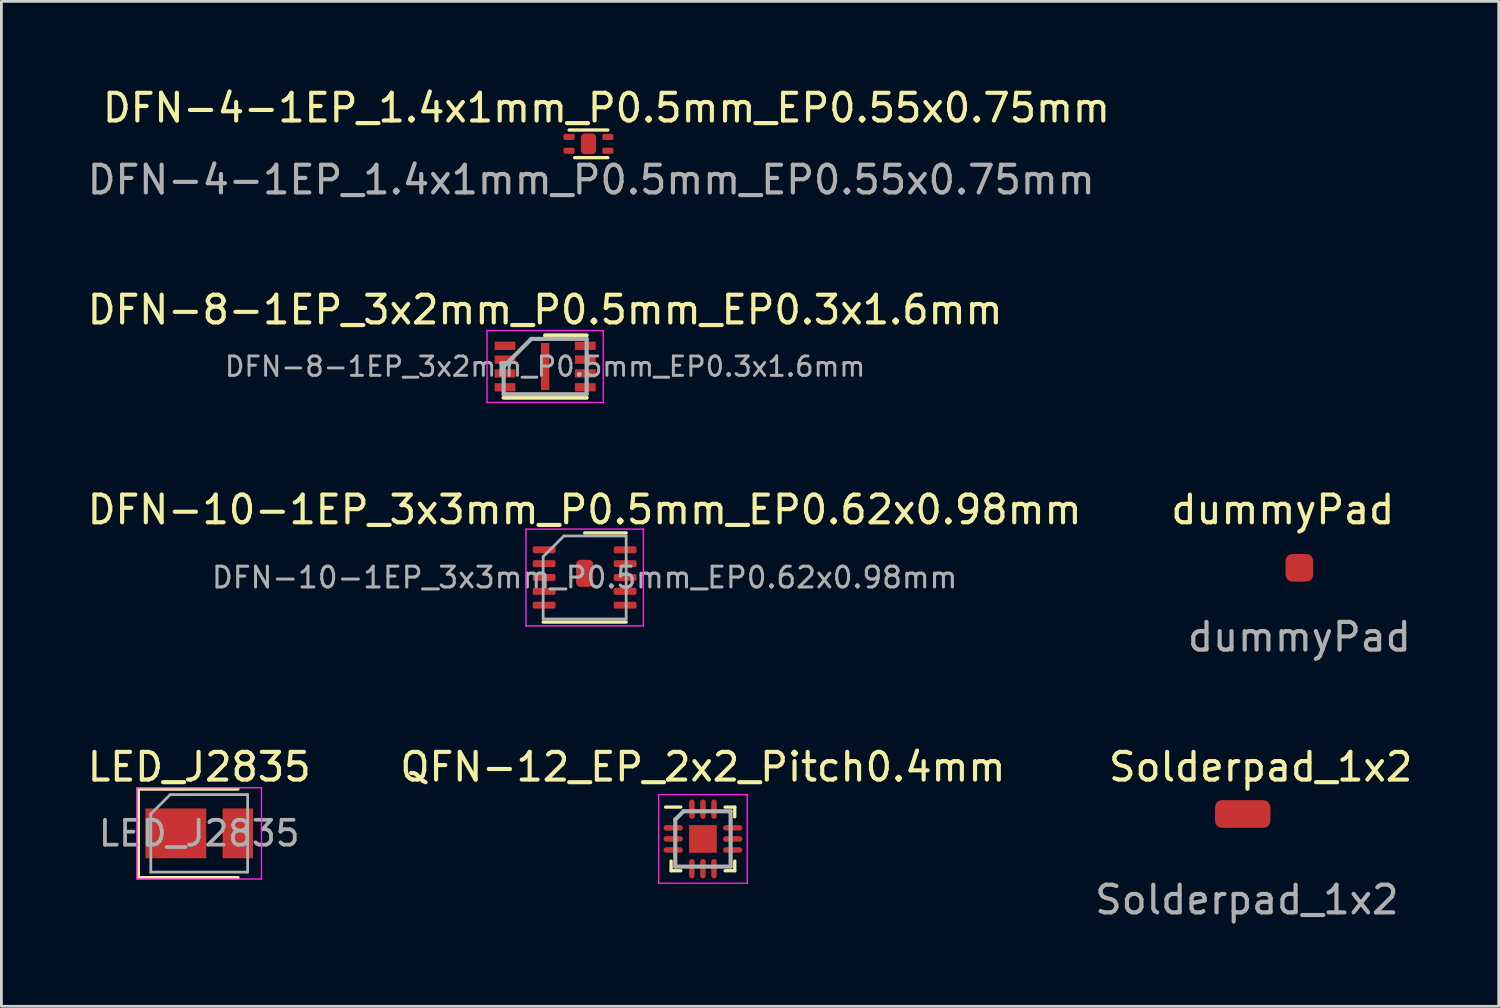
<source format=kicad_pcb>
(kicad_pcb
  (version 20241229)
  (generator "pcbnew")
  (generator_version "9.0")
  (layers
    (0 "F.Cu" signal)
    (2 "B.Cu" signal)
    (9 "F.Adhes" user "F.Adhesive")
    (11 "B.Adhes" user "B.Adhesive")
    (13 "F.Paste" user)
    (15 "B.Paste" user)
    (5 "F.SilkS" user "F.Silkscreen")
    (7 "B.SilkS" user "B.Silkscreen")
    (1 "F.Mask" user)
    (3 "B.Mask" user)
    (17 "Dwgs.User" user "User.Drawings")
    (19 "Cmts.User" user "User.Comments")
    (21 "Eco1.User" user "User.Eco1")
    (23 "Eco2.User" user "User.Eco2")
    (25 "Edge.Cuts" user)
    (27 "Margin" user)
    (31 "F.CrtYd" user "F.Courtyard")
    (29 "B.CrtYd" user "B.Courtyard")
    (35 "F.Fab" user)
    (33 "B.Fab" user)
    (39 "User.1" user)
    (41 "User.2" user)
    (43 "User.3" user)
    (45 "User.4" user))
  (footprint "LED_J2835"
    (layer "F.Cu")
    (at 4.149 27.064)
    (property "Reference" "LED_J2835" (at 0 -2.4 0) (layer "F.SilkS") (effects (font (size 1 1) (thickness 0.15))))
    (attr smd)
    (fp_line (start -2.2 -1.6) (end -2.2 1.6) (stroke (width 0.12) (type solid)) (layer "F.SilkS"))
    (fp_line (start 1.4 -1.6) (end -2.2 -1.6) (stroke (width 0.12) (type solid)) (layer "F.SilkS"))
    (fp_line (start 1.4 1.6) (end -2.2 1.6) (stroke (width 0.12) (type solid)) (layer "F.SilkS"))
    (fp_line (start -2.25 -1.65) (end 2.25 -1.65) (stroke (width 0.05) (type solid)) (layer "F.CrtYd"))
    (fp_line (start -2.25 1.65) (end -2.25 -1.65) (stroke (width 0.05) (type solid)) (layer "F.CrtYd"))
    (fp_line (start 2.25 -1.65) (end 2.25 1.65) (stroke (width 0.05) (type solid)) (layer "F.CrtYd"))
    (fp_line (start 2.25 1.65) (end -2.25 1.65) (stroke (width 0.05) (type solid)) (layer "F.CrtYd"))
    (fp_line (start -1.75 1.4) (end -1.75 -0.7) (stroke (width 0.1) (type solid)) (layer "F.Fab"))
    (fp_line (start -1.05 -1.4) (end -1.75 -0.7) (stroke (width 0.1) (type solid)) (layer "F.Fab"))
    (fp_line (start -1.05 -1.4) (end 1.75 -1.4) (stroke (width 0.1) (type solid)) (layer "F.Fab"))
    (fp_line (start 1.75 -1.4) (end 1.75 1.4) (stroke (width 0.1) (type solid)) (layer "F.Fab"))
    (fp_line (start 1.75 1.4) (end -1.75 1.4) (stroke (width 0.1) (type solid)) (layer "F.Fab"))
    (fp_text user "${REFERENCE}" (at 0 0 0) (layer "F.Fab") (effects (font (size 0.9 0.9) (thickness 0.135))))
    (pad "1" smd rect (at -0.845 0) (size 2.2 1.8) (layers "F.Cu" "F.Mask" "F.Paste"))
    (pad "2" smd rect (at 1.395 0) (size 1.1 1.8) (layers "F.Cu" "F.Mask" "F.Paste")))
  (footprint "QFN-12_EP_2x2_Pitch0.4mm"
    (layer "F.Cu")
    (at 22.351 27.265)
    (property "Reference" "QFN-12_EP_2x2_Pitch0.4mm" (at 0 -2.6 0) (layer "F.SilkS") (effects (font (size 1 1) (thickness 0.15))))
    (attr through_hole)
    (fp_line (start -1.15 1.15) (end -1.15 0.8) (stroke (width 0.12) (type solid)) (layer "F.SilkS"))
    (fp_line (start -0.8 -1.15) (end -1.35 -1.15) (stroke (width 0.12) (type solid)) (layer "F.SilkS"))
    (fp_line (start -0.8 1.15) (end -1.15 1.15) (stroke (width 0.12) (type solid)) (layer "F.SilkS"))
    (fp_line (start 0.8 -1.15) (end 1.15 -1.15) (stroke (width 0.12) (type solid)) (layer "F.SilkS"))
    (fp_line (start 0.8 1.15) (end 1.15 1.15) (stroke (width 0.12) (type solid)) (layer "F.SilkS"))
    (fp_line (start 1.15 -1.15) (end 1.15 -0.8) (stroke (width 0.12) (type solid)) (layer "F.SilkS"))
    (fp_line (start 1.15 1.15) (end 1.15 0.8) (stroke (width 0.12) (type solid)) (layer "F.SilkS"))
    (fp_line (start -1.6 -1.6) (end 1.6 -1.6) (stroke (width 0.05) (type solid)) (layer "F.CrtYd"))
    (fp_line (start -1.6 1.6) (end -1.6 -1.6) (stroke (width 0.05) (type solid)) (layer "F.CrtYd"))
    (fp_line (start 1.6 -1.6) (end 1.6 1.6) (stroke (width 0.05) (type solid)) (layer "F.CrtYd"))
    (fp_line (start 1.6 1.6) (end -1.6 1.6) (stroke (width 0.05) (type solid)) (layer "F.CrtYd"))
    (fp_line (start -1 -0.7) (end -1 1) (stroke (width 0.15) (type solid)) (layer "F.Fab"))
    (fp_line (start -1 1) (end 1 1) (stroke (width 0.15) (type solid)) (layer "F.Fab"))
    (fp_line (start -0.7 -1) (end -1 -0.7) (stroke (width 0.15) (type solid)) (layer "F.Fab"))
    (fp_line (start 1 -1) (end -0.7 -1) (stroke (width 0.15) (type solid)) (layer "F.Fab"))
    (fp_line (start 1 1) (end 1 -1) (stroke (width 0.15) (type solid)) (layer "F.Fab"))
    (pad "1" smd oval (at -1.075 -0.4 90) (size 0.2 0.7) (layers "F.Cu" "F.Mask" "F.Paste"))
    (pad "2" smd oval (at -1.075 0 90) (size 0.2 0.7) (layers "F.Cu" "F.Mask" "F.Paste"))
    (pad "3" smd oval (at -1.075 0.4 90) (size 0.2 0.7) (layers "F.Cu" "F.Mask" "F.Paste"))
    (pad "4" smd oval (at -0.4 1.075) (size 0.2 0.7) (layers "F.Cu" "F.Mask" "F.Paste"))
    (pad "5" smd oval (at 0 1.075) (size 0.2 0.7) (layers "F.Cu" "F.Mask" "F.Paste"))
    (pad "6" smd oval (at 0.4 1.075) (size 0.2 0.7) (layers "F.Cu" "F.Mask" "F.Paste"))
    (pad "7" smd oval (at 1.075 0.4 90) (size 0.2 0.7) (layers "F.Cu" "F.Mask" "F.Paste"))
    (pad "8" smd oval (at 1.075 0 90) (size 0.2 0.7) (layers "F.Cu" "F.Mask" "F.Paste"))
    (pad "9" smd oval (at 1.075 -0.4 90) (size 0.2 0.7) (layers "F.Cu" "F.Mask" "F.Paste"))
    (pad "10" smd oval (at 0.4 -1.075) (size 0.2 0.7) (layers "F.Cu" "F.Mask" "F.Paste"))
    (pad "11" smd oval (at 0 -1.075) (size 0.2 0.7) (layers "F.Cu" "F.Mask" "F.Paste"))
    (pad "12" smd oval (at -0.4 -1.075) (size 0.2 0.7) (layers "F.Cu" "F.Mask" "F.Paste"))
    (pad "13" smd rect (at 0 0) (size 1 1) (layers "F.Cu" "F.Mask" "F.Paste")))
  (footprint "DFN-10-1EP_3x3mm_P0.5mm_EP0.62x0.98mm"
    (layer "F.Cu")
    (at 18.077 17.818)
    (property "Reference" "DFN-10-1EP_3x3mm_P0.5mm_EP0.62x0.98mm" (at 0 -2.45 0) (layer "F.SilkS") (effects (font (size 1 1) (thickness 0.15))))
    (attr smd)
    (fp_line (start -1.5 1.61) (end 1.5 1.61) (stroke (width 0.12) (type solid)) (layer "F.SilkS"))
    (fp_line (start 0 -1.61) (end 1.5 -1.61) (stroke (width 0.12) (type solid)) (layer "F.SilkS"))
    (fp_line (start -2.12 -1.75) (end -2.12 1.75) (stroke (width 0.05) (type solid)) (layer "F.CrtYd"))
    (fp_line (start -2.12 1.75) (end 2.12 1.75) (stroke (width 0.05) (type solid)) (layer "F.CrtYd"))
    (fp_line (start 2.12 -1.75) (end -2.12 -1.75) (stroke (width 0.05) (type solid)) (layer "F.CrtYd"))
    (fp_line (start 2.12 1.75) (end 2.12 -1.75) (stroke (width 0.05) (type solid)) (layer "F.CrtYd"))
    (fp_line (start -1.5 -0.75) (end -0.75 -1.5) (stroke (width 0.1) (type solid)) (layer "F.Fab"))
    (fp_line (start -1.5 1.5) (end -1.5 -0.75) (stroke (width 0.1) (type solid)) (layer "F.Fab"))
    (fp_line (start -0.75 -1.5) (end 1.5 -1.5) (stroke (width 0.1) (type solid)) (layer "F.Fab"))
    (fp_line (start 1.5 -1.5) (end 1.5 1.5) (stroke (width 0.1) (type solid)) (layer "F.Fab"))
    (fp_line (start 1.5 1.5) (end -1.5 1.5) (stroke (width 0.1) (type solid)) (layer "F.Fab"))
    (fp_text user "${REFERENCE}" (at 0 0 0) (layer "F.Fab") (effects (font (size 0.75 0.75) (thickness 0.11))))
    (pad "1" smd roundrect (at -1.462 -1) (size 0.825 0.25) (layers "F.Cu" "F.Mask" "F.Paste") (roundrect_rratio 0.25))
    (pad "2" smd roundrect (at -1.462 -0.5) (size 0.825 0.25) (layers "F.Cu" "F.Mask" "F.Paste") (roundrect_rratio 0.25))
    (pad "3" smd roundrect (at -1.462 0) (size 0.825 0.25) (layers "F.Cu" "F.Mask" "F.Paste") (roundrect_rratio 0.25))
    (pad "4" smd roundrect (at -1.462 0.5) (size 0.825 0.25) (layers "F.Cu" "F.Mask" "F.Paste") (roundrect_rratio 0.25))
    (pad "5" smd roundrect (at -1.462 1) (size 0.825 0.25) (layers "F.Cu" "F.Mask" "F.Paste") (roundrect_rratio 0.25))
    (pad "6" smd roundrect (at 1.462 1) (size 0.825 0.25) (layers "F.Cu" "F.Mask" "F.Paste") (roundrect_rratio 0.25))
    (pad "7" smd roundrect (at 1.462 0.5) (size 0.825 0.25) (layers "F.Cu" "F.Mask" "F.Paste") (roundrect_rratio 0.25))
    (pad "8" smd roundrect (at 1.462 0) (size 0.825 0.25) (layers "F.Cu" "F.Mask" "F.Paste") (roundrect_rratio 0.25))
    (pad "9" smd roundrect (at 1.462 -0.5) (size 0.825 0.25) (layers "F.Cu" "F.Mask" "F.Paste") (roundrect_rratio 0.25))
    (pad "10" smd roundrect (at 1.462 -1) (size 0.825 0.25) (layers "F.Cu" "F.Mask" "F.Paste") (roundrect_rratio 0.25))
    (pad "11" smd roundrect (at 0 -0.15) (size 0.62 0.98) (layers "F.Cu" "F.Mask" "F.Paste") (roundrect_rratio 0.25)))
  (footprint "DFN-8-1EP_3x2mm_P0.5mm_EP0.3x1.6mm"
    (layer "F.Cu")
    (at 16.649 10.195)
    (property "Reference" "DFN-8-1EP_3x2mm_P0.5mm_EP0.3x1.6mm" (at 0 -2.05 0) (layer "F.SilkS") (effects (font (size 1 1) (thickness 0.15))))
    (attr smd)
    (fp_line (start -1.5 1.125) (end 1.5 1.125) (stroke (width 0.15) (type solid)) (layer "F.SilkS"))
    (fp_line (start 0 -1.125) (end 1.5 -1.125) (stroke (width 0.15) (type solid)) (layer "F.SilkS"))
    (fp_line (start -2.1 -1.3) (end -2.1 1.3) (stroke (width 0.05) (type solid)) (layer "F.CrtYd"))
    (fp_line (start -2.1 -1.3) (end 2.1 -1.3) (stroke (width 0.05) (type solid)) (layer "F.CrtYd"))
    (fp_line (start -2.1 1.3) (end 2.1 1.3) (stroke (width 0.05) (type solid)) (layer "F.CrtYd"))
    (fp_line (start 2.1 -1.3) (end 2.1 1.3) (stroke (width 0.05) (type solid)) (layer "F.CrtYd"))
    (fp_line (start -1.5 0) (end -0.5 -1) (stroke (width 0.15) (type solid)) (layer "F.Fab"))
    (fp_line (start -1.5 1) (end -1.5 0) (stroke (width 0.15) (type solid)) (layer "F.Fab"))
    (fp_line (start -0.5 -1) (end 1.5 -1) (stroke (width 0.15) (type solid)) (layer "F.Fab"))
    (fp_line (start 1.5 -1) (end 1.5 1) (stroke (width 0.15) (type solid)) (layer "F.Fab"))
    (fp_line (start 1.5 1) (end -1.5 1) (stroke (width 0.15) (type solid)) (layer "F.Fab"))
    (fp_text user "${REFERENCE}" (at 0 0 0) (layer "F.Fab") (effects (font (size 0.7 0.7) (thickness 0.105))))
    (pad "1" smd rect (at -1.45 -0.75) (size 0.75 0.3) (layers "F.Cu" "F.Mask" "F.Paste"))
    (pad "2" smd rect (at -1.45 -0.25) (size 0.75 0.3) (layers "F.Cu" "F.Mask" "F.Paste"))
    (pad "3" smd rect (at -1.45 0.25) (size 0.75 0.3) (layers "F.Cu" "F.Mask" "F.Paste"))
    (pad "4" smd rect (at -1.45 0.75) (size 0.75 0.3) (layers "F.Cu" "F.Mask" "F.Paste"))
    (pad "5" smd rect (at 1.45 0.75) (size 0.75 0.3) (layers "F.Cu" "F.Mask" "F.Paste"))
    (pad "6" smd rect (at 1.45 0.25) (size 0.75 0.3) (layers "F.Cu" "F.Mask" "F.Paste"))
    (pad "7" smd rect (at 1.45 -0.25) (size 0.75 0.3) (layers "F.Cu" "F.Mask" "F.Paste"))
    (pad "8" smd rect (at 1.45 -0.75) (size 0.75 0.3) (layers "F.Cu" "F.Mask" "F.Paste"))
    (pad "9" smd rect (at 0 0) (size 0.3 1.7) (layers "F.Cu" "F.Mask" "F.Paste")))
  (footprint "DFN-4-1EP_1.4x1mm_P0.5mm_EP0.55x0.75mm"
    (layer "F.Cu")
    (at 18.215 2.148)
    (property "Reference" "DFN-4-1EP_1.4x1mm_P0.5mm_EP0.55x0.75mm" (at 0.65 -1.3 0) (unlocked yes) (layer "F.SilkS") (effects (font (size 1 1) (thickness 0.15))))
    (attr smd)
    (fp_line (start -0.7 -0.5) (end 0.7 -0.5) (stroke (width 0.12) (type solid)) (layer "F.SilkS"))
    (fp_line (start 0.7 0.5) (end -0.5 0.5) (stroke (width 0.12) (type solid)) (layer "F.SilkS"))
    (fp_text user "${REFERENCE}" (at 0.1 1.3 0) (unlocked yes) (layer "F.Fab") (effects (font (size 1 1) (thickness 0.15))))
    (pad "1" smd roundrect (at -0.7 0.25) (size 0.4 0.22) (layers "F.Cu" "F.Mask" "F.Paste") (roundrect_rratio 0.25))
    (pad "2" smd roundrect (at 0.7 0.25) (size 0.4 0.22) (layers "F.Cu" "F.Mask" "F.Paste") (roundrect_rratio 0.25))
    (pad "3" smd roundrect (at 0.7 -0.25) (size 0.4 0.22) (layers "F.Cu" "F.Mask" "F.Paste") (roundrect_rratio 0.25))
    (pad "4" smd roundrect (at -0.7 -0.25) (size 0.4 0.22) (layers "F.Cu" "F.Mask" "F.Paste") (roundrect_rratio 0.25))
    (pad "5" smd roundrect (at 0 0) (size 0.55 0.75) (layers "F.Cu" "F.Mask" "F.Paste") (roundrect_rratio 0.25)))
  (footprint "Solderpad_1x2"
    (layer "F.Cu")
    (at 41.856 26.364)
    (property "Reference" "Solderpad_1x2" (at 0.65 -1.7 0) (unlocked yes) (layer "F.SilkS") (effects (font (size 1 1) (thickness 0.15))))
    (attr smd)
    (fp_text user "${REFERENCE}" (at 0.15 3.1 0) (unlocked yes) (layer "F.Fab") (effects (font (size 1 1) (thickness 0.15))))
    (pad "1" smd roundrect (at 0 0) (size 2 1) (layers "F.Cu" "F.Mask") (roundrect_rratio 0.25)))
  (footprint "dummyPad"
    (layer "F.Cu")
    (at 43.904 17.468)
    (property "Reference" "dummyPad" (at -0.6 -2.1 0) (unlocked yes) (layer "F.SilkS") (effects (font (size 1 1) (thickness 0.15))))
    (attr smd)
    (fp_text user "${REFERENCE}" (at 0 2.5 0) (unlocked yes) (layer "F.Fab") (effects (font (size 1 1) (thickness 0.15))))
    (pad "1" smd roundrect (at 0 0) (size 1 1) (layers "F.Cu") (roundrect_rratio 0.25)))
  (gr_rect
    (start -3 -3)
    (end 51.107 33.313)
    (stroke (width 0.1) (type default))
    (fill no)
    (layer "Edge.Cuts")))
</source>
